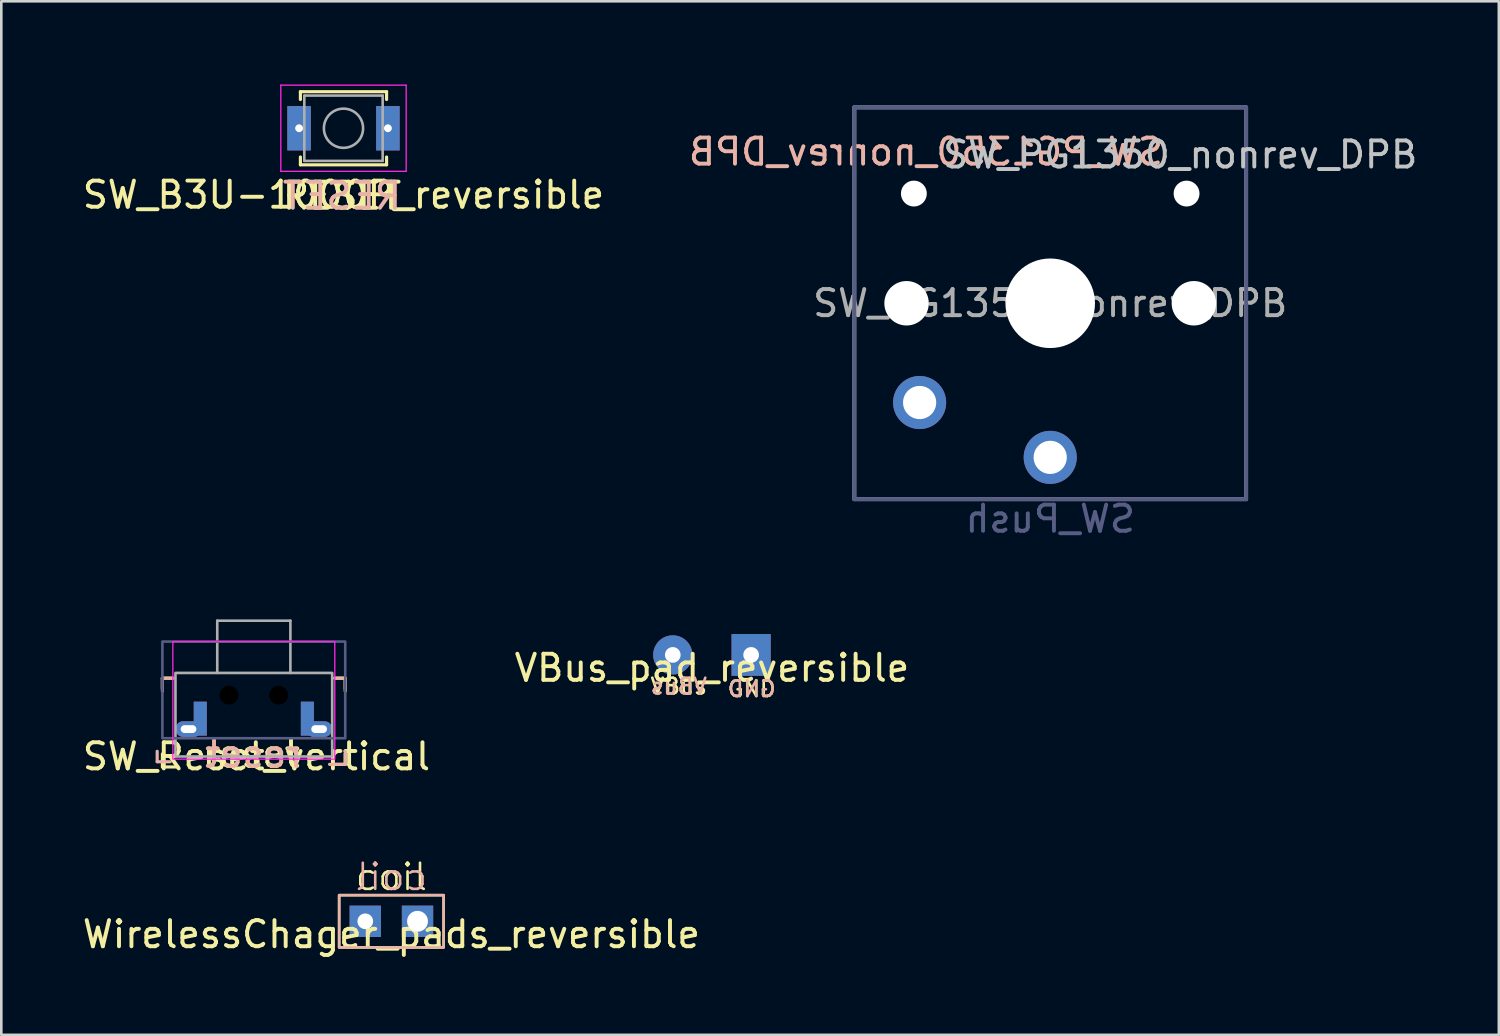
<source format=kicad_pcb>
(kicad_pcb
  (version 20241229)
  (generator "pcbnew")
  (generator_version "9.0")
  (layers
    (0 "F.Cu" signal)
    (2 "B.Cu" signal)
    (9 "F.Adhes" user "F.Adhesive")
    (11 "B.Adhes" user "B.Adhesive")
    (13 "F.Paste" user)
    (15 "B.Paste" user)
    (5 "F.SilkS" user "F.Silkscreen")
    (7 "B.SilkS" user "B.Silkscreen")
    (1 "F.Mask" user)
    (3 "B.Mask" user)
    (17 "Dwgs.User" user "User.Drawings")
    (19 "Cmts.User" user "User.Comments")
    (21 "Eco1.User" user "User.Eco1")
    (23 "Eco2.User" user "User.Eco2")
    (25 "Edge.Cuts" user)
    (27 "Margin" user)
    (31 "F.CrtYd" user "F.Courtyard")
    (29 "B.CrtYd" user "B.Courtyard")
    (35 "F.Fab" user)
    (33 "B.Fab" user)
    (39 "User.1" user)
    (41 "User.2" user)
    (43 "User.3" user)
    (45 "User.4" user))
  (footprint "SW_B3U-1000P_reversible"
    (layer "F.Cu")
    (at 10.101 1.86)
    (property "Reference" "SW_B3U-1000P_reversible" (at 0 2.55 0) (layer "F.SilkS") (effects (font (size 1 1) (thickness 0.15))))
    (attr smd)
    (fp_line (start -1.65 -1.4) (end 1.65 -1.4) (stroke (width 0.12) (type solid)) (layer "F.SilkS"))
    (fp_line (start -1.65 -1.1) (end -1.65 -1.4) (stroke (width 0.12) (type solid)) (layer "F.SilkS"))
    (fp_line (start -1.65 1.1) (end -1.65 1.4) (stroke (width 0.12) (type solid)) (layer "F.SilkS"))
    (fp_line (start -1.65 1.4) (end 1.65 1.4) (stroke (width 0.12) (type solid)) (layer "F.SilkS"))
    (fp_line (start 1.65 -1.4) (end 1.65 -1.1) (stroke (width 0.12) (type solid)) (layer "F.SilkS"))
    (fp_line (start 1.65 1.4) (end 1.65 1.1) (stroke (width 0.12) (type solid)) (layer "F.SilkS"))
    (fp_rect (start -2.6 -1.8) (end 2.6 1.8) (stroke (width 0.12) (type solid)) (fill no) (layer "Eco1.User"))
    (fp_line (start -2.4 -1.65) (end -2.4 1.65) (stroke (width 0.05) (type solid)) (layer "F.CrtYd"))
    (fp_line (start -2.4 1.65) (end 2.4 1.65) (stroke (width 0.05) (type solid)) (layer "F.CrtYd"))
    (fp_line (start 2.4 -1.65) (end -2.4 -1.65) (stroke (width 0.05) (type solid)) (layer "F.CrtYd"))
    (fp_line (start 2.4 1.65) (end 2.4 -1.65) (stroke (width 0.05) (type solid)) (layer "F.CrtYd"))
    (fp_line (start -1.5 -1.25) (end 1.5 -1.25) (stroke (width 0.1) (type solid)) (layer "F.Fab"))
    (fp_line (start -1.5 1.25) (end -1.5 -1.25) (stroke (width 0.1) (type solid)) (layer "F.Fab"))
    (fp_line (start 1.5 -1.25) (end 1.5 1.25) (stroke (width 0.1) (type solid)) (layer "F.Fab"))
    (fp_line (start 1.5 1.25) (end -1.5 1.25) (stroke (width 0.1) (type solid)) (layer "F.Fab"))
    (fp_circle (center 0 0) (end 0.75 0) (stroke (width 0.1) (type solid)) (fill no) (layer "F.Fab"))
    (fp_text user "RESET" (at -0.059 2.59 0) (unlocked yes) (layer "F.SilkS") (effects (font (size 1 1) (thickness 0.15))))
    (fp_text user "RESET" (at -0.059 2.59 0) (unlocked yes) (layer "B.SilkS") (effects (font (size 1 1) (thickness 0.15)) (justify mirror)))
    (pad "1" thru_hole rect (at -1.7 0) (size 0.9 1.7) (drill 0.3) (layers "*.Cu" "*.Mask"))
    (pad "2" thru_hole rect (at 1.7 0) (size 0.9 1.7) (drill 0.3) (layers "*.Cu" "*.Mask")))
  (footprint "SW_Reset_vertical"
    (layer "F.Cu")
    (at 6.668 22.714)
    (property "Reference" "SW_Reset_vertical" (at 0.1 3.2 0) (unlocked yes) (layer "F.SilkS") (effects (font (size 1 1) (thickness 0.15))))
    (fp_line (start -3.5 3.6) (end -2.9 3.6) (stroke (width 0.12) (type solid)) (layer "F.SilkS"))
    (fp_line (start 3 3.5) (end 3.5 3.5) (stroke (width 0.12) (type solid)) (layer "F.SilkS"))
    (fp_line (start 3.1 0.2) (end 3.5 0.2) (stroke (width 0.12) (type solid)) (layer "F.SilkS"))
    (fp_line (start 3.5 0.2) (end 3.5 0.7) (stroke (width 0.12) (type solid)) (layer "F.SilkS"))
    (fp_line (start 3.5 3.5) (end 3.5 3.1) (stroke (width 0.12) (type solid)) (layer "F.SilkS"))
    (fp_rect (start -3.5 0.2) (end -3.5 0.6) (stroke (width 0.12) (type solid)) (fill no) (layer "F.SilkS"))
    (fp_rect (start -3.5 0.2) (end -3.1 0.2) (stroke (width 0.12) (type solid)) (fill no) (layer "F.SilkS"))
    (fp_rect (start -3.5 3.1) (end -3.5 3.6) (stroke (width 0.12) (type solid)) (fill no) (layer "F.SilkS"))
    (fp_line (start -3.7 3.4) (end -3.7 3) (stroke (width 0.12) (type solid)) (layer "B.SilkS"))
    (fp_line (start -3.5 0.2) (end -3.5 0.7) (stroke (width 0.12) (type solid)) (layer "B.SilkS"))
    (fp_line (start -3.2 3.4) (end -3.7 3.4) (stroke (width 0.12) (type solid)) (layer "B.SilkS"))
    (fp_line (start -3.1 0.2) (end -3.5 0.2) (stroke (width 0.12) (type solid)) (layer "B.SilkS"))
    (fp_line (start 3.5 3.5) (end 2.9 3.5) (stroke (width 0.12) (type solid)) (layer "B.SilkS"))
    (fp_rect (start 3.5 0.2) (end 3.1 0.2) (stroke (width 0.12) (type solid)) (fill no) (layer "B.SilkS"))
    (fp_rect (start 3.5 0.2) (end 3.5 0.6) (stroke (width 0.12) (type solid)) (fill no) (layer "B.SilkS"))
    (fp_rect (start 3.5 3) (end 3.5 3.5) (stroke (width 0.12) (type solid)) (fill no) (layer "B.SilkS"))
    (fp_rect (start -3.5 0) (end 3.5 3.5) (stroke (width 0.12) (type solid)) (fill no) (layer "Eco2.User"))
    (fp_rect (start -3.1 -1.2) (end 3.1 3.3) (stroke (width 0.05) (type solid)) (fill no) (layer "F.CrtYd"))
    (fp_rect (start -3.5 -1.2) (end 3.5 2.5) (stroke (width 0.1) (type solid)) (fill no) (layer "B.Fab"))
    (fp_line (start -1.4 -2) (end 1.4 -2) (stroke (width 0.1) (type solid)) (layer "F.Fab"))
    (fp_line (start -1.4 0) (end -1.4 -2) (stroke (width 0.1) (type solid)) (layer "F.Fab"))
    (fp_line (start 1.4 0) (end 1.4 -2) (stroke (width 0.1) (type solid)) (layer "F.Fab"))
    (fp_rect (start -3 0) (end 3 3.2) (stroke (width 0.1) (type solid)) (fill no) (layer "F.Fab"))
    (fp_text user "reset" (at -0.1 3.1 0) (unlocked yes) (layer "F.SilkS") (effects (font (size 1 1) (thickness 0.15))))
    (fp_text user "reset" (at 0 3.1 0) (unlocked yes) (layer "B.SilkS") (effects (font (size 1 1) (thickness 0.15)) (justify mirror)))
    (pad "" np_thru_hole circle (at -0.95 0.85) (size 0.72 0.72) (drill 0.72) (layers "*.Mask"))
    (pad "" np_thru_hole circle (at 0.95 0.85) (size 0.72 0.72) (drill 0.72) (layers "*.Mask"))
    (pad "1" thru_hole oval (at -2.5 2.15) (size 1 0.6) (drill oval 0.6 0.3) (layers "*.Cu" "*.Mask"))
    (pad "1" smd rect (at -2.05 1.75) (size 0.5 1.3) (layers "F.Cu" "F.Mask"))
    (pad "1" smd rect (at -2.05 1.75) (size 0.5 1.3) (layers "B.Cu" "B.Mask"))
    (pad "2" smd rect (at 2.05 1.75) (size 0.5 1.3) (layers "F.Cu" "F.Mask"))
    (pad "2" smd rect (at 2.05 1.75) (size 0.5 1.3) (layers "B.Cu" "B.Mask"))
    (pad "2" thru_hole oval (at 2.5 2.15) (size 1 0.6) (drill oval 0.6 0.3) (layers "*.Cu" "*.Mask")))
  (footprint "VBus_pad_reversible"
    (layer "F.Cu")
    (at 24.208 22.024)
    (property "Reference" "VBus_pad_reversible" (at 0 0.5 180) (layer "F.SilkS") (effects (font (size 1 1) (thickness 0.15))))
    (fp_rect (start -2.7 -1.3) (end 2.7 1.3) (stroke (width 0.12) (type solid)) (fill no) (layer "Eco2.User"))
    (fp_text user "VBus" (at -1.27 1.2 180) (layer "F.SilkS") (effects (font (size 0.6 0.6) (thickness 0.1))))
    (fp_text user "GND" (at 1.524 1.3 180) (layer "F.SilkS") (effects (font (size 0.6 0.6) (thickness 0.1))))
    (fp_text user "VBus" (at -1.27 1.2 180) (layer "B.SilkS") (effects (font (size 0.6 0.6) (thickness 0.1)) (justify mirror)))
    (fp_text user "GND" (at 1.524 1.3 180) (layer "B.SilkS") (effects (font (size 0.6 0.6) (thickness 0.1)) (justify mirror)))
    (pad "gnd" thru_hole rect (at 1.5 0) (size 1.5 1.6) (drill 0.6) (layers "*.Cu" "*.Mask"))
    (pad "vbus" thru_hole circle (at -1.5 0) (size 1.5 1.5) (drill 0.6) (layers "*.Cu" "*.Mask")))
  (footprint "WirelessChager_pads_reversible"
    (layer "F.Cu")
    (at 11.935 32.223)
    (property "Reference" "WirelessChager_pads_reversible" (at 0 0.5 180) (layer "F.SilkS") (effects (font (size 1 1) (thickness 0.15))))
    (fp_rect (start -2 -1) (end 2 1) (stroke (width 0.1) (type solid)) (fill no) (layer "F.SilkS"))
    (fp_rect (start 2 -1) (end -2 1) (stroke (width 0.1) (type solid)) (fill no) (layer "B.SilkS"))
    (fp_text user "coil" (at 0 -1.7 180) (layer "F.SilkS") (effects (font (size 1 1) (thickness 0.1))))
    (fp_text user "coil" (at 0 -1.7 180) (layer "B.SilkS") (effects (font (size 1 1) (thickness 0.1)) (justify mirror)))
    (pad "1" thru_hole rect (at -1 0) (size 1.2 1.2) (drill 0.6) (layers "*.Cu" "*.Mask"))
    (pad "2" thru_hole rect (at 1 0) (size 1.2 1.2) (drill 0.8) (layers "*.Cu" "*.Mask")))
  (footprint "SW_PG1350_nonrev_DPB"
    (layer "F.Cu")
    (at 37.159 8.561)
    (property "Reference" "SW_PG1350_nonrev_DPB" (at 4.98 -5.69 180) (layer "Dwgs.User") (effects (font (size 1 1) (thickness 0.15))))
    (property "Value" "SW_Push" (at -0.07 8.17 180) (layer "Dwgs.User") (hide yes) (effects (font (size 1 1) (thickness 0.15))))
    (attr through_hole)
    (fp_line (start -9 8.136) (end -8.994 -8.1) (stroke (width 0.12) (type solid)) (layer "Eco1.User"))
    (fp_line (start -8.63 -8.5) (end 8.6 -8.5) (stroke (width 0.12) (type solid)) (layer "Eco1.User"))
    (fp_line (start -8.6 8.5) (end 8.636 8.5) (stroke (width 0.12) (type solid)) (layer "Eco1.User"))
    (fp_line (start 9 8.1) (end 9 -8.136) (stroke (width 0.12) (type solid)) (layer "Eco1.User"))
    (fp_arc (start -8.994011 -8.099594) (mid -8.898745 -8.378652) (end -8.63 -8.5) (stroke (width 0.12) (type solid)) (layer "Eco1.User"))
    (fp_arc (start -8.6 8.49968) (mid -8.879058 8.404414) (end -9.000406 8.135669) (stroke (width 0.12) (type solid)) (layer "Eco1.User"))
    (fp_arc (start 8.599915 -8.5) (mid 8.878973 -8.404734) (end 9.000321 -8.135989) (stroke (width 0.12) (type solid)) (layer "Eco1.User"))
    (fp_arc (start 9 8.1) (mid 8.904734 8.379058) (end 8.635989 8.500406) (stroke (width 0.12) (type solid)) (layer "Eco1.User"))
    (fp_line (start -6.9 6.9) (end -6.9 -6.9) (stroke (width 0.15) (type solid)) (layer "Eco2.User"))
    (fp_line (start -6.9 6.9) (end 6.9 6.9) (stroke (width 0.15) (type solid)) (layer "Eco2.User"))
    (fp_line (start -2.6 -3.1) (end -2.6 -6.3) (stroke (width 0.15) (type solid)) (layer "Eco2.User"))
    (fp_line (start -2.6 -3.1) (end 2.6 -3.1) (stroke (width 0.15) (type solid)) (layer "Eco2.User"))
    (fp_line (start 2.6 -6.3) (end -2.6 -6.3) (stroke (width 0.15) (type solid)) (layer "Eco2.User"))
    (fp_line (start 2.6 -3.1) (end 2.6 -6.3) (stroke (width 0.15) (type solid)) (layer "Eco2.User"))
    (fp_line (start 6.9 -6.9) (end -6.9 -6.9) (stroke (width 0.15) (type solid)) (layer "Eco2.User"))
    (fp_line (start 6.9 -6.9) (end 6.9 6.9) (stroke (width 0.15) (type solid)) (layer "Eco2.User"))
    (fp_line (start -7.5 -7.5) (end 7.5 -7.5) (stroke (width 0.15) (type solid)) (layer "B.Fab"))
    (fp_line (start -7.5 7.5) (end -7.5 -7.5) (stroke (width 0.15) (type solid)) (layer "B.Fab"))
    (fp_line (start 7.5 -7.5) (end 7.5 7.5) (stroke (width 0.15) (type solid)) (layer "B.Fab"))
    (fp_line (start 7.5 7.5) (end -7.5 7.5) (stroke (width 0.15) (type solid)) (layer "B.Fab"))
    (fp_line (start -7.5 -7.5) (end 7.5 -7.5) (stroke (width 0.15) (type solid)) (layer "F.Fab"))
    (fp_line (start -7.5 7.5) (end -7.5 -7.5) (stroke (width 0.15) (type solid)) (layer "F.Fab"))
    (fp_line (start 7.5 -7.5) (end 7.5 7.5) (stroke (width 0.15) (type solid)) (layer "F.Fab"))
    (fp_line (start 7.5 7.5) (end -7.5 7.5) (stroke (width 0.15) (type solid)) (layer "F.Fab"))
    (fp_text user "${REFERENCE}" (at -4.76 -5.8 0) (layer "B.SilkS") (effects (font (size 1 1) (thickness 0.15)) (justify mirror)))
    (fp_text user "${VALUE}" (at 0 8.255 0) (layer "B.Fab") (effects (font (size 1 1) (thickness 0.15)) (justify mirror)))
    (fp_text user "${REFERENCE}" (at 0 0 180) (layer "F.Fab") (effects (font (size 1 1) (thickness 0.15))))
    (pad "" np_thru_hole circle (at -5.5 0) (size 1.702 1.702) (drill 1.702) (layers "*.Cu" "*.Mask"))
    (pad "" np_thru_hole circle (at -5.22 -4.2) (size 0.991 0.991) (drill 0.991) (layers "*.Cu" "*.Mask"))
    (pad "" np_thru_hole circle (at 0 0) (size 3.429 3.429) (drill 3.429) (layers "*.Cu" "*.Mask"))
    (pad "" np_thru_hole circle (at 5.22 -4.2) (size 0.991 0.991) (drill 0.991) (layers "*.Cu" "*.Mask"))
    (pad "" np_thru_hole circle (at 5.5 0) (size 1.702 1.702) (drill 1.702) (layers "*.Cu" "*.Mask"))
    (pad "1" thru_hole circle (at 0 5.9) (size 2.032 2.032) (drill 1.27) (layers "*.Cu" "*.Mask"))
    (pad "2" thru_hole circle (at -5 3.8) (size 2.032 2.032) (drill 1.27) (layers "*.Cu" "*.Mask")))
  (gr_rect
    (start -3 -3)
    (end 54.335 36.571)
    (stroke (width 0.1) (type default))
    (fill no)
    (layer "Edge.Cuts")))
</source>
